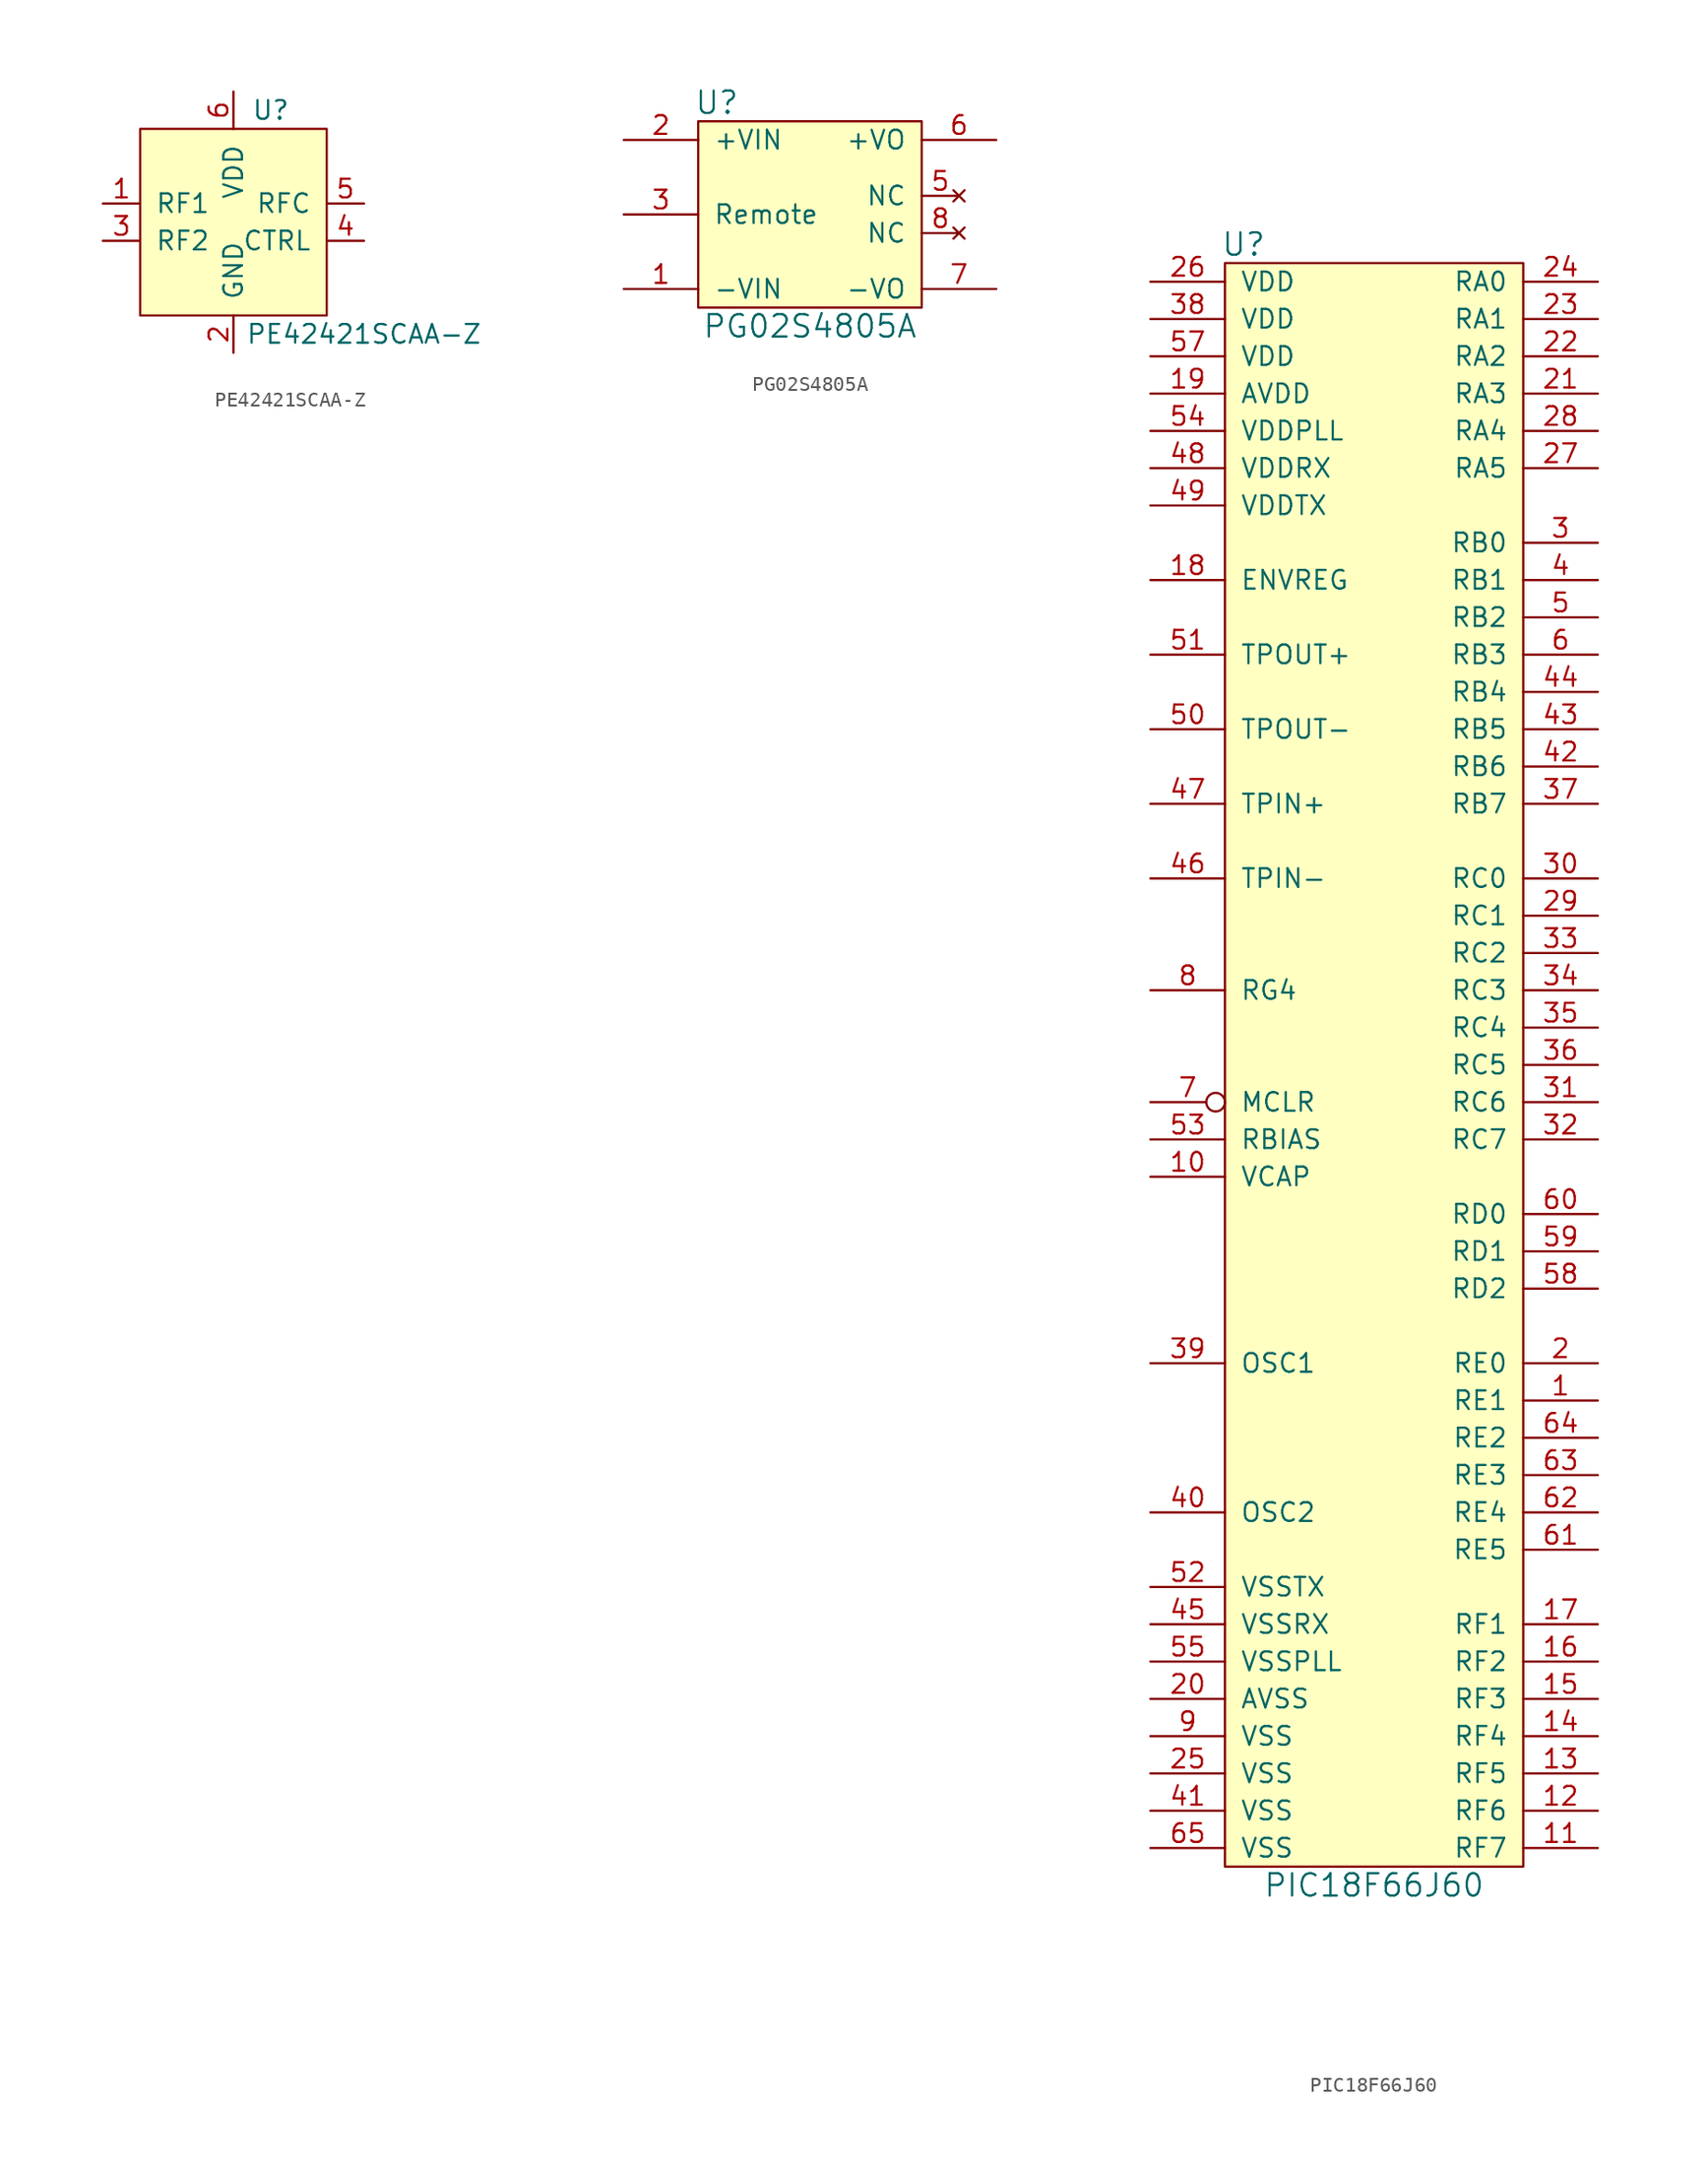
<source format=kicad_sym>
(kicad_symbol_lib
  (version 20211014)
  (generator kicad_symbol_editor)
  (symbol "PE42421SCAA-Z"
    (pin_names
      (offset 1.016))
    (property "Reference" "U"
      (at 2.54 7.62 0)
      (effects (font (size 1.27 1.27))))
    (property "Value" "PE42421SCAA-Z"
      (at 8.89 -7.62 0)
      (effects (font (size 1.27 1.27))))
    (symbol "PE42421SCAA-Z_0_1"
      (rectangle (start -6.35 6.35) (end 6.35 -6.35) (stroke (width 0) (type default) (color 0 0 0 0)) (fill (type background))))
    (symbol "PE42421SCAA-Z_1_1"
      (pin input line (at -8.89 1.27 0) (length 2.54) (name "RF1" (effects (font (size 1.27 1.27)))) (number "1" (effects (font (size 1.27 1.27)))))
      (pin power_in line (at 0 -8.89 90) (length 2.54) (name "GND" (effects (font (size 1.27 1.27)))) (number "2" (effects (font (size 1.27 1.27)))))
      (pin input line (at -8.89 -1.27 0) (length 2.54) (name "RF2" (effects (font (size 1.27 1.27)))) (number "3" (effects (font (size 1.27 1.27)))))
      (pin bidirectional line (at 8.89 -1.27 180) (length 2.54) (name "CTRL" (effects (font (size 1.27 1.27)))) (number "4" (effects (font (size 1.27 1.27)))))
      (pin bidirectional line (at 8.89 1.27 180) (length 2.54) (name "RFC" (effects (font (size 1.27 1.27)))) (number "5" (effects (font (size 1.27 1.27)))))
      (pin power_in line (at 0 8.89 270) (length 2.54) (name "VDD" (effects (font (size 1.27 1.27)))) (number "6" (effects (font (size 1.27 1.27)))))))
  (symbol "PG02S4805A"
    (pin_names
      (offset 1.016))
    (property "Reference" "U"
      (at -6.35 7.62 0)
      (effects (font (size 1.524 1.524))))
    (property "Value" "PG02S4805A"
      (at 0 -7.62 0)
      (effects (font (size 1.524 1.524))))
    (symbol "PG02S4805A_0_1"
      (rectangle (start -7.62 6.35) (end 7.62 -6.35) (stroke (width 0) (type default) (color 0 0 0 0)) (fill (type background))))
    (symbol "PG02S4805A_1_1"
      (pin power_in line (at -12.7 -5.08 0) (length 5.08) (name "-VIN" (effects (font (size 1.27 1.27)))) (number "1" (effects (font (size 1.27 1.27)))))
      (pin power_in line (at -12.7 5.08 0) (length 5.08) (name "+VIN" (effects (font (size 1.27 1.27)))) (number "2" (effects (font (size 1.27 1.27)))))
      (pin power_out line (at -12.7 0 0) (length 5.08) (name "Remote" (effects (font (size 1.27 1.27)))) (number "3" (effects (font (size 1.27 1.27)))))
      (pin no_connect line (at 10.16 1.27 180) (length 2.54) (name "NC" (effects (font (size 1.27 1.27)))) (number "5" (effects (font (size 1.27 1.27)))))
      (pin power_out line (at 12.7 5.08 180) (length 5.08) (name "+VO" (effects (font (size 1.27 1.27)))) (number "6" (effects (font (size 1.27 1.27)))))
      (pin power_out line (at 12.7 -5.08 180) (length 5.08) (name "-VO" (effects (font (size 1.27 1.27)))) (number "7" (effects (font (size 1.27 1.27)))))
      (pin no_connect line (at 10.16 -1.27 180) (length 2.54) (name "NC" (effects (font (size 1.27 1.27)))) (number "8" (effects (font (size 1.27 1.27)))))))
  (symbol "PIC18F66J60"
    (pin_names
      (offset 1.016))
    (property "Reference" "U"
      (at -8.89 43.18 0)
      (effects (font (size 1.524 1.524))))
    (property "Value" "PIC18F66J60"
      (at 0 -68.58 0)
      (effects (font (size 1.524 1.524))))
    (symbol "PIC18F66J60_0_1"
      (rectangle (start -10.16 41.91) (end 10.16 -67.31) (stroke (width 0) (type default) (color 0 0 0 0)) (fill (type background))))
    (symbol "PIC18F66J60_1_1"
      (pin bidirectional line (at 15.24 -35.56 180) (length 5.08) (name "RE1" (effects (font (size 1.27 1.27)))) (number "1" (effects (font (size 1.27 1.27)))))
      (pin input line (at -15.24 -20.32 0) (length 5.08) (name "VCAP" (effects (font (size 1.27 1.27)))) (number "10" (effects (font (size 1.27 1.27)))))
      (pin bidirectional line (at 15.24 -66.04 180) (length 5.08) (name "RF7" (effects (font (size 1.27 1.27)))) (number "11" (effects (font (size 1.27 1.27)))))
      (pin bidirectional line (at 15.24 -63.5 180) (length 5.08) (name "RF6" (effects (font (size 1.27 1.27)))) (number "12" (effects (font (size 1.27 1.27)))))
      (pin bidirectional line (at 15.24 -60.96 180) (length 5.08) (name "RF5" (effects (font (size 1.27 1.27)))) (number "13" (effects (font (size 1.27 1.27)))))
      (pin bidirectional line (at 15.24 -58.42 180) (length 5.08) (name "RF4" (effects (font (size 1.27 1.27)))) (number "14" (effects (font (size 1.27 1.27)))))
      (pin bidirectional line (at 15.24 -55.88 180) (length 5.08) (name "RF3" (effects (font (size 1.27 1.27)))) (number "15" (effects (font (size 1.27 1.27)))))
      (pin bidirectional line (at 15.24 -53.34 180) (length 5.08) (name "RF2" (effects (font (size 1.27 1.27)))) (number "16" (effects (font (size 1.27 1.27)))))
      (pin bidirectional line (at 15.24 -50.8 180) (length 5.08) (name "RF1" (effects (font (size 1.27 1.27)))) (number "17" (effects (font (size 1.27 1.27)))))
      (pin input line (at -15.24 20.32 0) (length 5.08) (name "ENVREG" (effects (font (size 1.27 1.27)))) (number "18" (effects (font (size 1.27 1.27)))))
      (pin power_in line (at -15.24 33.02 0) (length 5.08) (name "AVDD" (effects (font (size 1.27 1.27)))) (number "19" (effects (font (size 1.27 1.27)))))
      (pin bidirectional line (at 15.24 -33.02 180) (length 5.08) (name "RE0" (effects (font (size 1.27 1.27)))) (number "2" (effects (font (size 1.27 1.27)))))
      (pin power_in line (at -15.24 -55.88 0) (length 5.08) (name "AVSS" (effects (font (size 1.27 1.27)))) (number "20" (effects (font (size 1.27 1.27)))))
      (pin bidirectional line (at 15.24 33.02 180) (length 5.08) (name "RA3" (effects (font (size 1.27 1.27)))) (number "21" (effects (font (size 1.27 1.27)))))
      (pin bidirectional line (at 15.24 35.56 180) (length 5.08) (name "RA2" (effects (font (size 1.27 1.27)))) (number "22" (effects (font (size 1.27 1.27)))))
      (pin bidirectional line (at 15.24 38.1 180) (length 5.08) (name "RA1" (effects (font (size 1.27 1.27)))) (number "23" (effects (font (size 1.27 1.27)))))
      (pin bidirectional line (at 15.24 40.64 180) (length 5.08) (name "RA0" (effects (font (size 1.27 1.27)))) (number "24" (effects (font (size 1.27 1.27)))))
      (pin power_in line (at -15.24 -60.96 0) (length 5.08) (name "VSS" (effects (font (size 1.27 1.27)))) (number "25" (effects (font (size 1.27 1.27)))))
      (pin power_in line (at -15.24 40.64 0) (length 5.08) (name "VDD" (effects (font (size 1.27 1.27)))) (number "26" (effects (font (size 1.27 1.27)))))
      (pin bidirectional line (at 15.24 27.94 180) (length 5.08) (name "RA5" (effects (font (size 1.27 1.27)))) (number "27" (effects (font (size 1.27 1.27)))))
      (pin bidirectional line (at 15.24 30.48 180) (length 5.08) (name "RA4" (effects (font (size 1.27 1.27)))) (number "28" (effects (font (size 1.27 1.27)))))
      (pin bidirectional line (at 15.24 -2.54 180) (length 5.08) (name "RC1" (effects (font (size 1.27 1.27)))) (number "29" (effects (font (size 1.27 1.27)))))
      (pin bidirectional line (at 15.24 22.86 180) (length 5.08) (name "RB0" (effects (font (size 1.27 1.27)))) (number "3" (effects (font (size 1.27 1.27)))))
      (pin bidirectional line (at 15.24 0 180) (length 5.08) (name "RC0" (effects (font (size 1.27 1.27)))) (number "30" (effects (font (size 1.27 1.27)))))
      (pin bidirectional line (at 15.24 -15.24 180) (length 5.08) (name "RC6" (effects (font (size 1.27 1.27)))) (number "31" (effects (font (size 1.27 1.27)))))
      (pin bidirectional line (at 15.24 -17.78 180) (length 5.08) (name "RC7" (effects (font (size 1.27 1.27)))) (number "32" (effects (font (size 1.27 1.27)))))
      (pin bidirectional line (at 15.24 -5.08 180) (length 5.08) (name "RC2" (effects (font (size 1.27 1.27)))) (number "33" (effects (font (size 1.27 1.27)))))
      (pin bidirectional line (at 15.24 -7.62 180) (length 5.08) (name "RC3" (effects (font (size 1.27 1.27)))) (number "34" (effects (font (size 1.27 1.27)))))
      (pin bidirectional line (at 15.24 -10.16 180) (length 5.08) (name "RC4" (effects (font (size 1.27 1.27)))) (number "35" (effects (font (size 1.27 1.27)))))
      (pin bidirectional line (at 15.24 -12.7 180) (length 5.08) (name "RC5" (effects (font (size 1.27 1.27)))) (number "36" (effects (font (size 1.27 1.27)))))
      (pin bidirectional line (at 15.24 5.08 180) (length 5.08) (name "RB7" (effects (font (size 1.27 1.27)))) (number "37" (effects (font (size 1.27 1.27)))))
      (pin power_in line (at -15.24 38.1 0) (length 5.08) (name "VDD" (effects (font (size 1.27 1.27)))) (number "38" (effects (font (size 1.27 1.27)))))
      (pin input line (at -15.24 -33.02 0) (length 5.08) (name "OSC1" (effects (font (size 1.27 1.27)))) (number "39" (effects (font (size 1.27 1.27)))))
      (pin bidirectional line (at 15.24 20.32 180) (length 5.08) (name "RB1" (effects (font (size 1.27 1.27)))) (number "4" (effects (font (size 1.27 1.27)))))
      (pin input line (at -15.24 -43.18 0) (length 5.08) (name "OSC2" (effects (font (size 1.27 1.27)))) (number "40" (effects (font (size 1.27 1.27)))))
      (pin power_in line (at -15.24 -63.5 0) (length 5.08) (name "VSS" (effects (font (size 1.27 1.27)))) (number "41" (effects (font (size 1.27 1.27)))))
      (pin bidirectional line (at 15.24 7.62 180) (length 5.08) (name "RB6" (effects (font (size 1.27 1.27)))) (number "42" (effects (font (size 1.27 1.27)))))
      (pin bidirectional line (at 15.24 10.16 180) (length 5.08) (name "RB5" (effects (font (size 1.27 1.27)))) (number "43" (effects (font (size 1.27 1.27)))))
      (pin bidirectional line (at 15.24 12.7 180) (length 5.08) (name "RB4" (effects (font (size 1.27 1.27)))) (number "44" (effects (font (size 1.27 1.27)))))
      (pin power_in line (at -15.24 -50.8 0) (length 5.08) (name "VSSRX" (effects (font (size 1.27 1.27)))) (number "45" (effects (font (size 1.27 1.27)))))
      (pin input line (at -15.24 0 0) (length 5.08) (name "TPIN-" (effects (font (size 1.27 1.27)))) (number "46" (effects (font (size 1.27 1.27)))))
      (pin input line (at -15.24 5.08 0) (length 5.08) (name "TPIN+" (effects (font (size 1.27 1.27)))) (number "47" (effects (font (size 1.27 1.27)))))
      (pin power_in line (at -15.24 27.94 0) (length 5.08) (name "VDDRX" (effects (font (size 1.27 1.27)))) (number "48" (effects (font (size 1.27 1.27)))))
      (pin power_in line (at -15.24 25.4 0) (length 5.08) (name "VDDTX" (effects (font (size 1.27 1.27)))) (number "49" (effects (font (size 1.27 1.27)))))
      (pin bidirectional line (at 15.24 17.78 180) (length 5.08) (name "RB2" (effects (font (size 1.27 1.27)))) (number "5" (effects (font (size 1.27 1.27)))))
      (pin output line (at -15.24 10.16 0) (length 5.08) (name "TPOUT-" (effects (font (size 1.27 1.27)))) (number "50" (effects (font (size 1.27 1.27)))))
      (pin output line (at -15.24 15.24 0) (length 5.08) (name "TPOUT+" (effects (font (size 1.27 1.27)))) (number "51" (effects (font (size 1.27 1.27)))))
      (pin power_in line (at -15.24 -48.26 0) (length 5.08) (name "VSSTX" (effects (font (size 1.27 1.27)))) (number "52" (effects (font (size 1.27 1.27)))))
      (pin input line (at -15.24 -17.78 0) (length 5.08) (name "RBIAS" (effects (font (size 1.27 1.27)))) (number "53" (effects (font (size 1.27 1.27)))))
      (pin power_in line (at -15.24 30.48 0) (length 5.08) (name "VDDPLL" (effects (font (size 1.27 1.27)))) (number "54" (effects (font (size 1.27 1.27)))))
      (pin power_in line (at -15.24 -53.34 0) (length 5.08) (name "VSSPLL" (effects (font (size 1.27 1.27)))) (number "55" (effects (font (size 1.27 1.27)))))
      (pin power_in line (at -15.24 35.56 0) (length 5.08) (name "VDD" (effects (font (size 1.27 1.27)))) (number "57" (effects (font (size 1.27 1.27)))))
      (pin bidirectional line (at 15.24 -27.94 180) (length 5.08) (name "RD2" (effects (font (size 1.27 1.27)))) (number "58" (effects (font (size 1.27 1.27)))))
      (pin bidirectional line (at 15.24 -25.4 180) (length 5.08) (name "RD1" (effects (font (size 1.27 1.27)))) (number "59" (effects (font (size 1.27 1.27)))))
      (pin bidirectional line (at 15.24 15.24 180) (length 5.08) (name "RB3" (effects (font (size 1.27 1.27)))) (number "6" (effects (font (size 1.27 1.27)))))
      (pin bidirectional line (at 15.24 -22.86 180) (length 5.08) (name "RD0" (effects (font (size 1.27 1.27)))) (number "60" (effects (font (size 1.27 1.27)))))
      (pin bidirectional line (at 15.24 -45.72 180) (length 5.08) (name "RE5" (effects (font (size 1.27 1.27)))) (number "61" (effects (font (size 1.27 1.27)))))
      (pin bidirectional line (at 15.24 -43.18 180) (length 5.08) (name "RE4" (effects (font (size 1.27 1.27)))) (number "62" (effects (font (size 1.27 1.27)))))
      (pin bidirectional line (at 15.24 -40.64 180) (length 5.08) (name "RE3" (effects (font (size 1.27 1.27)))) (number "63" (effects (font (size 1.27 1.27)))))
      (pin bidirectional line (at 15.24 -38.1 180) (length 5.08) (name "RE2" (effects (font (size 1.27 1.27)))) (number "64" (effects (font (size 1.27 1.27)))))
      (pin power_in line (at -15.24 -66.04 0) (length 5.08) (name "VSS" (effects (font (size 1.27 1.27)))) (number "65" (effects (font (size 1.27 1.27)))))
      (pin power_in inverted (at -15.24 -15.24 0) (length 5.08) (name "MCLR" (effects (font (size 1.27 1.27)))) (number "7" (effects (font (size 1.27 1.27)))))
      (pin bidirectional line (at -15.24 -7.62 0) (length 5.08) (name "RG4" (effects (font (size 1.27 1.27)))) (number "8" (effects (font (size 1.27 1.27)))))
      (pin power_in line (at -15.24 -58.42 0) (length 5.08) (name "VSS" (effects (font (size 1.27 1.27)))) (number "9" (effects (font (size 1.27 1.27))))))))
</source>
